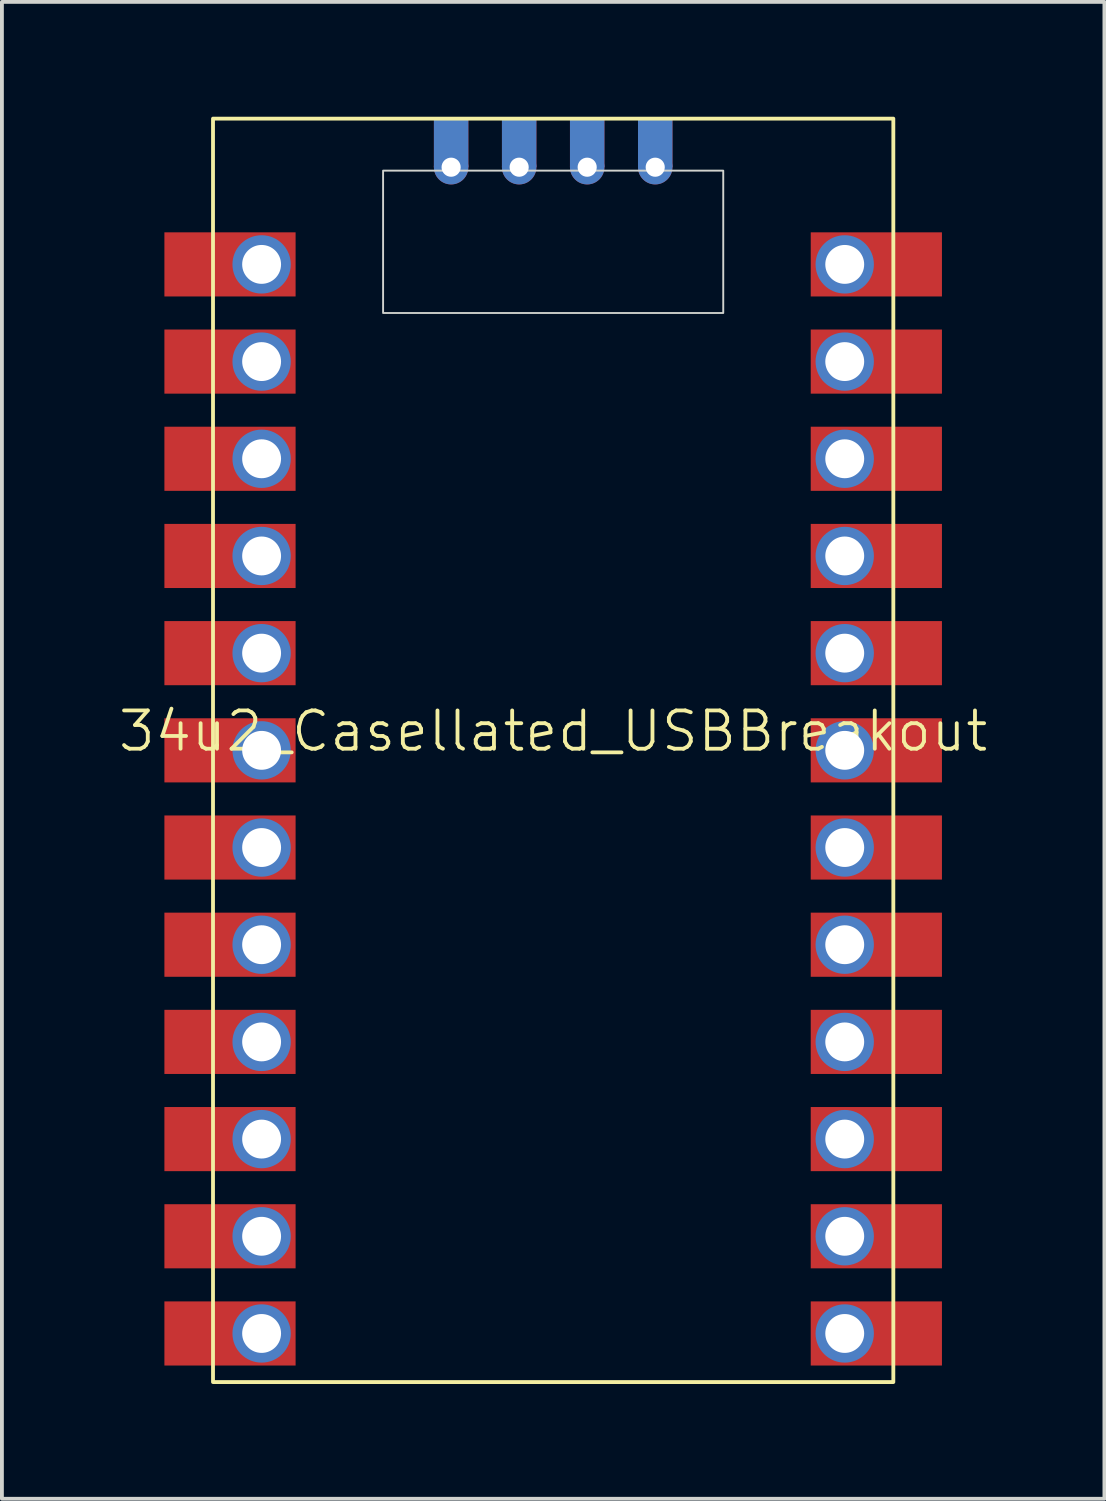
<source format=kicad_pcb>
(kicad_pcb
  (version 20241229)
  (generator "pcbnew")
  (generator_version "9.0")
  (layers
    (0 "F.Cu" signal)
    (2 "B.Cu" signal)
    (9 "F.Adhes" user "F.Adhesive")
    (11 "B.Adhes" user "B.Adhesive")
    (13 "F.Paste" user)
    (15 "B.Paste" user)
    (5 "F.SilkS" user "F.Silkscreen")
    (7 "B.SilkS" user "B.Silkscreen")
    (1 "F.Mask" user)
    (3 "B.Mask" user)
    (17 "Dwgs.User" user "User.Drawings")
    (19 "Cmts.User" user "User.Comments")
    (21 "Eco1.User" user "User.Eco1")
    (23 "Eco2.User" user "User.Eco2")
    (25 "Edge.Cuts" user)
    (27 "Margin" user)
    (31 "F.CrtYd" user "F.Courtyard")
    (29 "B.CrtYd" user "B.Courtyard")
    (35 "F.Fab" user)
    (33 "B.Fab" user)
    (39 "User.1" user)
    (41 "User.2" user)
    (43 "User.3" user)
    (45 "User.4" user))
  (footprint "34u2_Casellated_USBBreakout"
    (layer "F.Cu")
    (at 11.407 16.56)
    (property "Reference" "34u2_Casellated_USBBreakout" (at 0 -0.5 0) (unlocked yes) (layer "F.SilkS") (effects (font (size 1 1) (thickness 0.1))))
    (fp_rect (start -8.89 16.51) (end 8.89 -16.51) (stroke (width 0.1) (type default)) (fill no) (layer "F.SilkS"))
    (fp_rect (start -4.445 -15.15) (end 4.445 -11.43) (stroke (width 0.05) (type default)) (fill no) (layer "Edge.Cuts"))
    (fp_rect (start -2.217 -16.51) (end -3.117 -13.51) (stroke (width 0.05) (type default)) (fill no) (layer "User.3"))
    (fp_rect (start -0.439 -16.51) (end -1.339 -13.51) (stroke (width 0.05) (type default)) (fill no) (layer "User.3"))
    (fp_rect (start 0.439 -16.51) (end 1.339 -13.51) (stroke (width 0.05) (type default)) (fill no) (layer "User.3"))
    (fp_rect (start 2.217 -16.51) (end 3.117 -13.51) (stroke (width 0.05) (type default)) (fill no) (layer "User.3"))
    (pad "-1" smd rect (at -2.667 -16.51 180) (size 0.9 1.27) (drill (offset 0 -0.635)) (layers "F.Cu" "F.Mask" "F.Paste"))
    (pad "-1" thru_hole circle (at -2.667 -15.24) (size 0.9 0.9) (drill 0.5) (property pad_prop_castellated) (layers "*.Cu" "*.Mask"))
    (pad "-1" smd rect (at -2.667 -15.24) (size 0.9 1.27) (drill (offset 0 -0.635)) (layers "B.Cu" "B.Mask" "B.Paste"))
    (pad "-2" smd rect (at -0.889 -16.51 180) (size 0.9 1.27) (drill (offset 0 -0.635)) (layers "F.Cu" "F.Mask" "F.Paste"))
    (pad "-2" thru_hole circle (at -0.889 -15.24) (size 0.9 0.9) (drill 0.5) (property pad_prop_castellated) (layers "*.Cu" "*.Mask"))
    (pad "-2" smd rect (at -0.889 -15.24) (size 0.9 1.27) (drill (offset 0 -0.635)) (layers "B.Cu" "B.Mask" "B.Paste"))
    (pad "-3" smd rect (at 0.889 -16.51 180) (size 0.9 1.27) (drill (offset 0 -0.635)) (layers "F.Cu" "F.Mask" "F.Paste"))
    (pad "-3" thru_hole circle (at 0.889 -15.24) (size 0.9 0.9) (drill 0.5) (property pad_prop_castellated) (layers "*.Cu" "*.Mask"))
    (pad "-3" smd rect (at 0.889 -15.24) (size 0.9 1.27) (drill (offset 0 -0.635)) (layers "B.Cu" "B.Mask" "B.Paste"))
    (pad "-4" smd rect (at 2.667 -16.51 180) (size 0.9 1.27) (drill (offset 0 -0.635)) (layers "F.Cu" "F.Mask" "F.Paste"))
    (pad "-4" thru_hole circle (at 2.667 -15.24) (size 0.9 0.9) (drill 0.5) (property pad_prop_castellated) (layers "*.Cu" "*.Mask"))
    (pad "-4" smd rect (at 2.667 -15.24) (size 0.9 1.27) (drill (offset 0 -0.635)) (layers "B.Cu" "B.Mask" "B.Paste"))
    (pad "1" thru_hole circle (at -7.62 -12.7) (size 1.524 1.524) (drill 1.016) (layers "*.Cu" "*.Mask"))
    (pad "1" smd rect (at -7.62 -12.7) (size 3.429 1.676) (drill (offset -0.826 0)) (layers "F.Cu" "F.Mask" "F.Paste"))
    (pad "2" thru_hole circle (at -7.62 -10.16) (size 1.524 1.524) (drill 1.016) (layers "*.Cu" "*.Mask"))
    (pad "2" smd rect (at -7.62 -10.16) (size 3.429 1.676) (drill (offset -0.826 0)) (layers "F.Cu" "F.Mask" "F.Paste"))
    (pad "3" thru_hole circle (at -7.62 -7.62) (size 1.524 1.524) (drill 1.016) (layers "*.Cu" "*.Mask"))
    (pad "3" smd rect (at -7.62 -7.62) (size 3.429 1.676) (drill (offset -0.826 0)) (layers "F.Cu" "F.Mask" "F.Paste"))
    (pad "4" thru_hole circle (at -7.62 -5.08) (size 1.524 1.524) (drill 1.016) (layers "*.Cu" "*.Mask"))
    (pad "4" smd rect (at -7.62 -5.08) (size 3.429 1.676) (drill (offset -0.826 0)) (layers "F.Cu" "F.Mask" "F.Paste"))
    (pad "5" thru_hole circle (at -7.62 -2.54) (size 1.524 1.524) (drill 1.016) (layers "*.Cu" "*.Mask"))
    (pad "5" smd rect (at -7.62 -2.54) (size 3.429 1.676) (drill (offset -0.826 0)) (layers "F.Cu" "F.Mask" "F.Paste"))
    (pad "6" thru_hole circle (at -7.62 0) (size 1.524 1.524) (drill 1.016) (layers "*.Cu" "*.Mask"))
    (pad "6" smd rect (at -7.62 0) (size 3.429 1.676) (drill (offset -0.826 0)) (layers "F.Cu" "F.Mask" "F.Paste"))
    (pad "7" thru_hole circle (at -7.62 2.54) (size 1.524 1.524) (drill 1.016) (layers "*.Cu" "*.Mask"))
    (pad "7" smd rect (at -7.62 2.54) (size 3.429 1.676) (drill (offset -0.826 0)) (layers "F.Cu" "F.Mask" "F.Paste"))
    (pad "8" thru_hole circle (at -7.62 5.08) (size 1.524 1.524) (drill 1.016) (layers "*.Cu" "*.Mask"))
    (pad "8" smd rect (at -7.62 5.08) (size 3.429 1.676) (drill (offset -0.826 0)) (layers "F.Cu" "F.Mask" "F.Paste"))
    (pad "9" thru_hole circle (at -7.62 7.62) (size 1.524 1.524) (drill 1.016) (layers "*.Cu" "*.Mask"))
    (pad "9" smd rect (at -7.62 7.62) (size 3.429 1.676) (drill (offset -0.826 0)) (layers "F.Cu" "F.Mask" "F.Paste"))
    (pad "10" thru_hole circle (at -7.62 10.16) (size 1.524 1.524) (drill 1.016) (layers "*.Cu" "*.Mask"))
    (pad "10" smd rect (at -7.62 10.16) (size 3.429 1.676) (drill (offset -0.826 0)) (layers "F.Cu" "F.Mask" "F.Paste"))
    (pad "11" thru_hole circle (at -7.62 12.7) (size 1.524 1.524) (drill 1.016) (layers "*.Cu" "*.Mask"))
    (pad "11" smd rect (at -7.62 12.7) (size 3.429 1.676) (drill (offset -0.826 0)) (layers "F.Cu" "F.Mask" "F.Paste"))
    (pad "12" thru_hole circle (at -7.62 15.24) (size 1.524 1.524) (drill 1.016) (layers "*.Cu" "*.Mask"))
    (pad "12" smd rect (at -7.62 15.24) (size 3.429 1.676) (drill (offset -0.826 0)) (layers "F.Cu" "F.Mask" "F.Paste"))
    (pad "13" thru_hole circle (at 7.62 -12.7) (size 1.524 1.524) (drill 1.016) (layers "*.Cu" "*.Mask"))
    (pad "13" smd rect (at 7.62 -12.7) (size 3.429 1.676) (drill (offset 0.826 0)) (layers "F.Cu" "F.Mask" "F.Paste"))
    (pad "14" thru_hole circle (at 7.62 -10.16) (size 1.524 1.524) (drill 1.016) (layers "*.Cu" "*.Mask"))
    (pad "14" smd rect (at 7.62 -10.16) (size 3.429 1.676) (drill (offset 0.826 0)) (layers "F.Cu" "F.Mask" "F.Paste"))
    (pad "15" thru_hole circle (at 7.62 -7.62) (size 1.524 1.524) (drill 1.016) (layers "*.Cu" "*.Mask"))
    (pad "15" smd rect (at 7.62 -7.62) (size 3.429 1.676) (drill (offset 0.826 0)) (layers "F.Cu" "F.Mask" "F.Paste"))
    (pad "16" thru_hole circle (at 7.62 -5.08) (size 1.524 1.524) (drill 1.016) (layers "*.Cu" "*.Mask"))
    (pad "16" smd rect (at 7.62 -5.08) (size 3.429 1.676) (drill (offset 0.826 0)) (layers "F.Cu" "F.Mask" "F.Paste"))
    (pad "17" thru_hole circle (at 7.62 -2.54) (size 1.524 1.524) (drill 1.016) (layers "*.Cu" "*.Mask"))
    (pad "17" smd rect (at 7.62 -2.54) (size 3.429 1.676) (drill (offset 0.826 0)) (layers "F.Cu" "F.Mask" "F.Paste"))
    (pad "18" thru_hole circle (at 7.62 0) (size 1.524 1.524) (drill 1.016) (layers "*.Cu" "*.Mask"))
    (pad "18" smd rect (at 7.62 0) (size 3.429 1.676) (drill (offset 0.826 0)) (layers "F.Cu" "F.Mask" "F.Paste"))
    (pad "19" thru_hole circle (at 7.62 2.54) (size 1.524 1.524) (drill 1.016) (layers "*.Cu" "*.Mask"))
    (pad "19" smd rect (at 7.62 2.54) (size 3.429 1.676) (drill (offset 0.826 0)) (layers "F.Cu" "F.Mask" "F.Paste"))
    (pad "20" thru_hole circle (at 7.62 5.08) (size 1.524 1.524) (drill 1.016) (layers "*.Cu" "*.Mask"))
    (pad "20" smd rect (at 7.62 5.08) (size 3.429 1.676) (drill (offset 0.826 0)) (layers "F.Cu" "F.Mask" "F.Paste"))
    (pad "21" thru_hole circle (at 7.62 7.62) (size 1.524 1.524) (drill 1.016) (layers "*.Cu" "*.Mask"))
    (pad "21" smd rect (at 7.62 7.62) (size 3.429 1.676) (drill (offset 0.826 0)) (layers "F.Cu" "F.Mask" "F.Paste"))
    (pad "22" thru_hole circle (at 7.62 10.16) (size 1.524 1.524) (drill 1.016) (layers "*.Cu" "*.Mask"))
    (pad "22" smd rect (at 7.62 10.16) (size 3.429 1.676) (drill (offset 0.826 0)) (layers "F.Cu" "F.Mask" "F.Paste"))
    (pad "23" thru_hole circle (at 7.62 12.7) (size 1.524 1.524) (drill 1.016) (layers "*.Cu" "*.Mask"))
    (pad "23" smd rect (at 7.62 12.7) (size 3.429 1.676) (drill (offset 0.826 0)) (layers "F.Cu" "F.Mask" "F.Paste"))
    (pad "24" thru_hole circle (at 7.62 15.24) (size 1.524 1.524) (drill 1.016) (layers "*.Cu" "*.Mask"))
    (pad "24" smd rect (at 7.62 15.24) (size 3.429 1.676) (drill (offset 0.826 0)) (layers "F.Cu" "F.Mask" "F.Paste")))
  (gr_rect
    (start -3 -3)
    (end 25.814 36.12)
    (stroke (width 0.1) (type default))
    (fill no)
    (layer "Edge.Cuts")))
</source>
